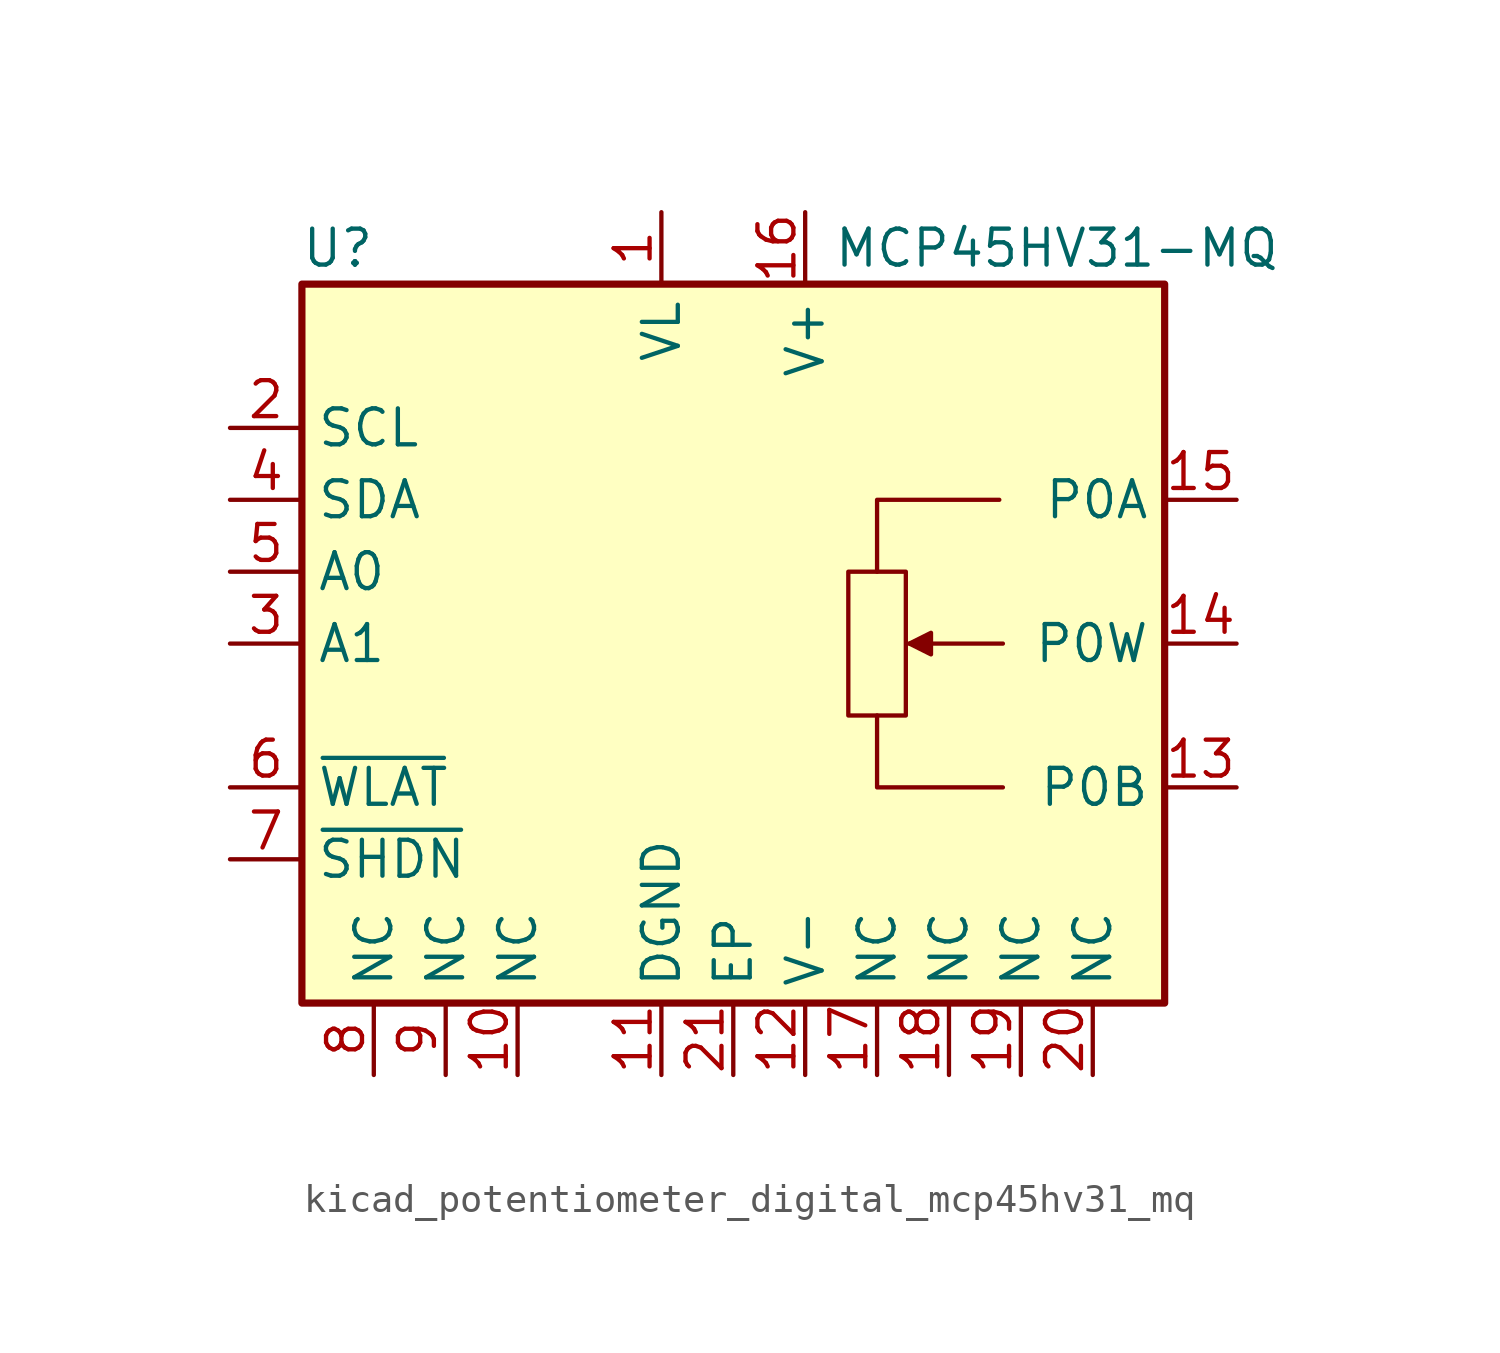
<source format=kicad_sym>
(kicad_symbol_lib
  (version 20220914)
  (generator kicad_symbol_editor)
  (symbol "kicad_potentiometer_digital_mcp45hv31_mq"
    (property "Reference" "U"
      (at -13.97 13.97 0)
      (effects (font (size 1.27 1.27))))
    (property "Value" "MCP45HV31-MQ"
      (at 11.43 13.97 0)
      (effects (font (size 1.27 1.27))))
    (symbol "kicad_potentiometer_digital_mcp45hv31_mq_0_1"
      (polyline (pts (xy 9.525 0) (xy 6.223 0)) (stroke (width 0) (type default)) (fill (type none)))
      (polyline (pts (xy 5.08 -2.54) (xy 5.08 -5.08) (xy 9.525 -5.08)) (stroke (width 0) (type default)) (fill (type none)))
      (polyline (pts (xy 5.08 2.54) (xy 5.08 5.08) (xy 9.398 5.08)) (stroke (width 0) (type default)) (fill (type none)))
      (polyline (pts (xy 6.223 0) (xy 6.985 0.381) (xy 6.985 -0.381) (xy 6.223 0)) (stroke (width 0) (type default)) (fill (type outline)))
      (rectangle (start 6.096 2.54) (end 4.064 -2.54) (stroke (width 0) (type default)) (fill (type none))))
    (symbol "kicad_potentiometer_digital_mcp45hv31_mq_1_1"
      (rectangle (start -15.24 12.7) (end 15.24 -12.7) (stroke (width 0.254) (type default)) (fill (type background)))
      (pin power_in line (at -2.54 15.24 270) (length 2.54) (name "VL" (effects (font (size 1.27 1.27)))) (number "1" (effects (font (size 1.27 1.27)))))
      (pin passive line (at -7.62 -15.24 90) (length 2.54) (name "NC" (effects (font (size 1.27 1.27)))) (number "10" (effects (font (size 1.27 1.27)))))
      (pin power_in line (at -2.54 -15.24 90) (length 2.54) (name "DGND" (effects (font (size 1.27 1.27)))) (number "11" (effects (font (size 1.27 1.27)))))
      (pin power_in line (at 2.54 -15.24 90) (length 2.54) (name "V-" (effects (font (size 1.27 1.27)))) (number "12" (effects (font (size 1.27 1.27)))))
      (pin passive line (at 17.78 -5.08 180) (length 2.54) (name "P0B" (effects (font (size 1.27 1.27)))) (number "13" (effects (font (size 1.27 1.27)))))
      (pin passive line (at 17.78 0 180) (length 2.54) (name "P0W" (effects (font (size 1.27 1.27)))) (number "14" (effects (font (size 1.27 1.27)))))
      (pin passive line (at 17.78 5.08 180) (length 2.54) (name "P0A" (effects (font (size 1.27 1.27)))) (number "15" (effects (font (size 1.27 1.27)))))
      (pin power_in line (at 2.54 15.24 270) (length 2.54) (name "V+" (effects (font (size 1.27 1.27)))) (number "16" (effects (font (size 1.27 1.27)))))
      (pin passive line (at 5.08 -15.24 90) (length 2.54) (name "NC" (effects (font (size 1.27 1.27)))) (number "17" (effects (font (size 1.27 1.27)))))
      (pin passive line (at 7.62 -15.24 90) (length 2.54) (name "NC" (effects (font (size 1.27 1.27)))) (number "18" (effects (font (size 1.27 1.27)))))
      (pin passive line (at 10.16 -15.24 90) (length 2.54) (name "NC" (effects (font (size 1.27 1.27)))) (number "19" (effects (font (size 1.27 1.27)))))
      (pin input line (at -17.78 7.62 0) (length 2.54) (name "SCL" (effects (font (size 1.27 1.27)))) (number "2" (effects (font (size 1.27 1.27)))))
      (pin passive line (at 12.7 -15.24 90) (length 2.54) (name "NC" (effects (font (size 1.27 1.27)))) (number "20" (effects (font (size 1.27 1.27)))))
      (pin power_in line (at 0 -15.24 90) (length 2.54) (name "EP" (effects (font (size 1.27 1.27)))) (number "21" (effects (font (size 1.27 1.27)))))
      (pin input line (at -17.78 0 0) (length 2.54) (name "A1" (effects (font (size 1.27 1.27)))) (number "3" (effects (font (size 1.27 1.27)))))
      (pin bidirectional line (at -17.78 5.08 0) (length 2.54) (name "SDA" (effects (font (size 1.27 1.27)))) (number "4" (effects (font (size 1.27 1.27)))))
      (pin input line (at -17.78 2.54 0) (length 2.54) (name "A0" (effects (font (size 1.27 1.27)))) (number "5" (effects (font (size 1.27 1.27)))))
      (pin input line (at -17.78 -5.08 0) (length 2.54) (name "~{WLAT}" (effects (font (size 1.27 1.27)))) (number "6" (effects (font (size 1.27 1.27)))))
      (pin input line (at -17.78 -7.62 0) (length 2.54) (name "~{SHDN}" (effects (font (size 1.27 1.27)))) (number "7" (effects (font (size 1.27 1.27)))))
      (pin passive line (at -12.7 -15.24 90) (length 2.54) (name "NC" (effects (font (size 1.27 1.27)))) (number "8" (effects (font (size 1.27 1.27)))))
      (pin passive line (at -10.16 -15.24 90) (length 2.54) (name "NC" (effects (font (size 1.27 1.27)))) (number "9" (effects (font (size 1.27 1.27))))))))
</source>
